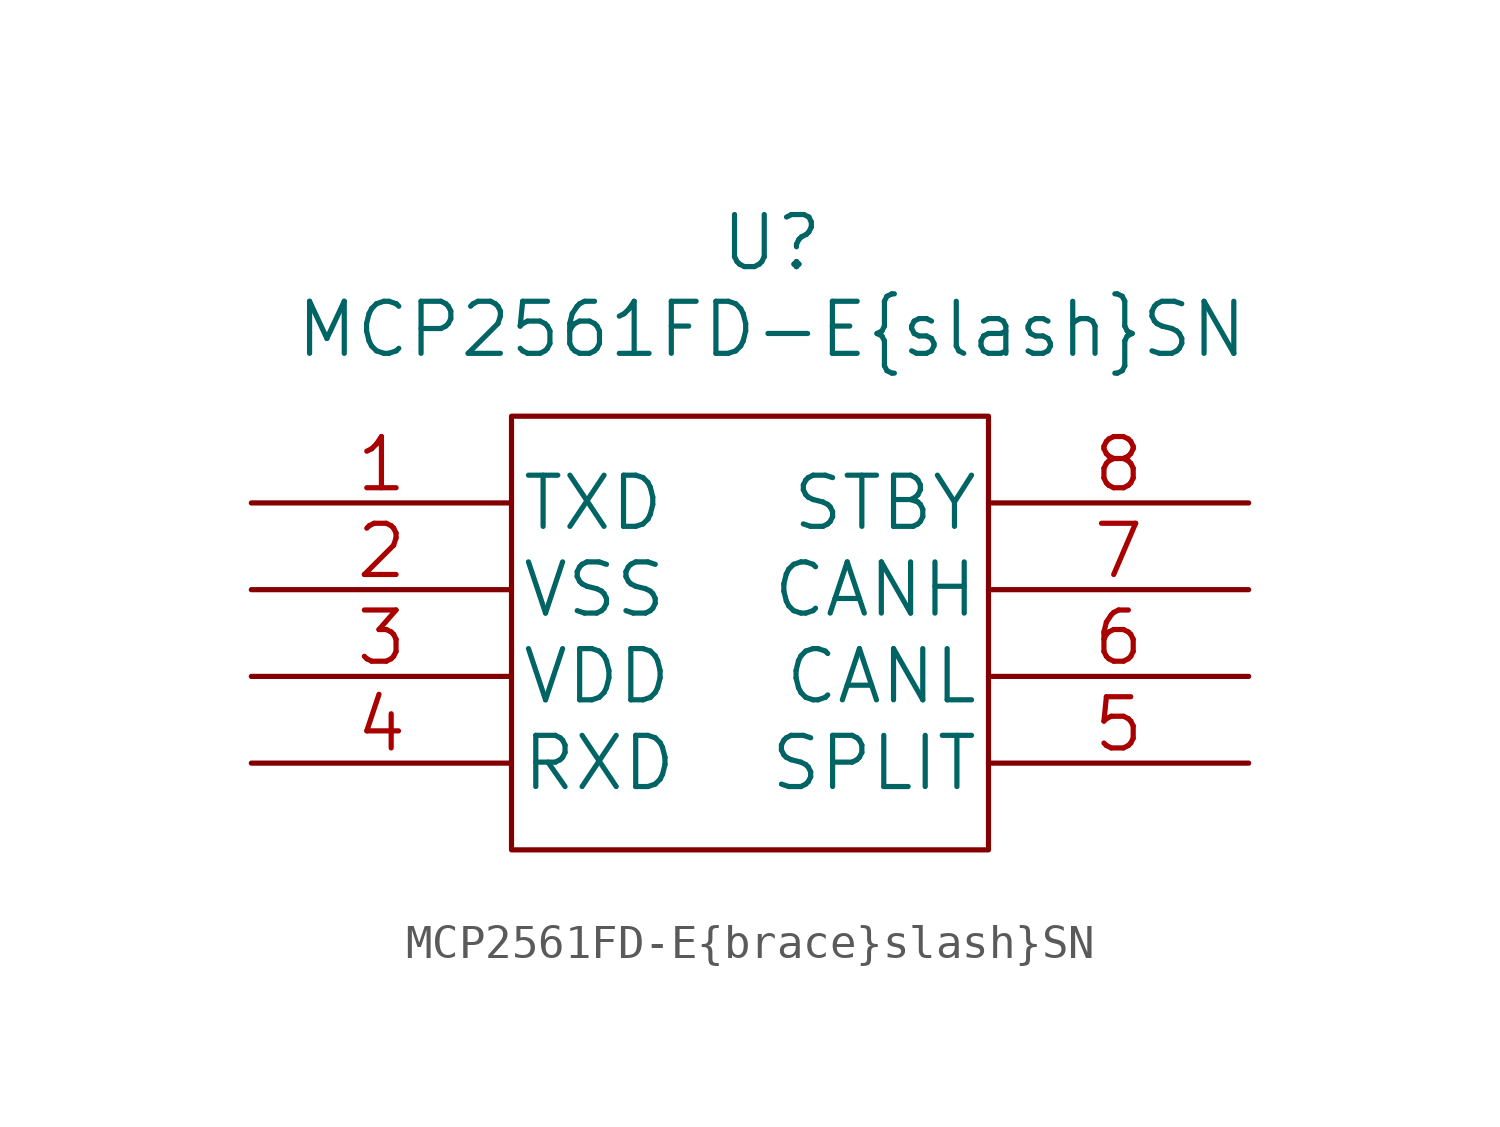
<source format=kicad_sym>
(kicad_symbol_lib
  (version 20211014)
  (generator kicad_symbol_editor)
  (symbol "MCP2561FD-E{brace}slash}SN"
    (pin_names
      (offset 0.254))
    (property "Reference" "U"
      (at 15.24 7.62 0)
      (effects (font (size 1.524 1.524))))
    (property "Value" "MCP2561FD-E{brace}slash}SN"
      (at 15.24 5.08 0)
      (effects (font (size 1.524 1.524))))
    (property "Datasheet" ""
      (at 0 0 0)
      (effects (font (size 1.524 1.524))))
    (property "ki_locked" ""
      (at 0 0 0)
      (effects (font (size 1.27 1.27))))
    (symbol "MCP2561FD-E{brace}slash}SN_1_1"
      (polyline (pts (xy 7.62 -10.16) (xy 7.62 2.54) (xy 21.59 2.54) (xy 21.59 -10.16) (xy 7.62 -10.16)) (stroke (width 0) (type default) (color 0 0 0 0)) (fill (type none)))
      (pin input line (at 0 0 0) (length 7.62) (name "TXD" (effects (font (size 1.499 1.499)))) (number "1" (effects (font (size 1.499 1.499)))))
      (pin power_in line (at 0 -2.54 0) (length 7.62) (name "VSS" (effects (font (size 1.499 1.499)))) (number "2" (effects (font (size 1.499 1.499)))))
      (pin power_in line (at 0 -5.08 0) (length 7.62) (name "VDD" (effects (font (size 1.499 1.499)))) (number "3" (effects (font (size 1.499 1.499)))))
      (pin output line (at 0 -7.62 0) (length 7.62) (name "RXD" (effects (font (size 1.499 1.499)))) (number "4" (effects (font (size 1.499 1.499)))))
      (pin unspecified line (at 29.21 -7.62 180) (length 7.62) (name "SPLIT" (effects (font (size 1.499 1.499)))) (number "5" (effects (font (size 1.499 1.499)))))
      (pin bidirectional line (at 29.21 -5.08 180) (length 7.62) (name "CANL" (effects (font (size 1.499 1.499)))) (number "6" (effects (font (size 1.499 1.499)))))
      (pin bidirectional line (at 29.21 -2.54 180) (length 7.62) (name "CANH" (effects (font (size 1.499 1.499)))) (number "7" (effects (font (size 1.499 1.499)))))
      (pin input line (at 29.21 0 180) (length 7.62) (name "STBY" (effects (font (size 1.499 1.499)))) (number "8" (effects (font (size 1.499 1.499))))))))
</source>
